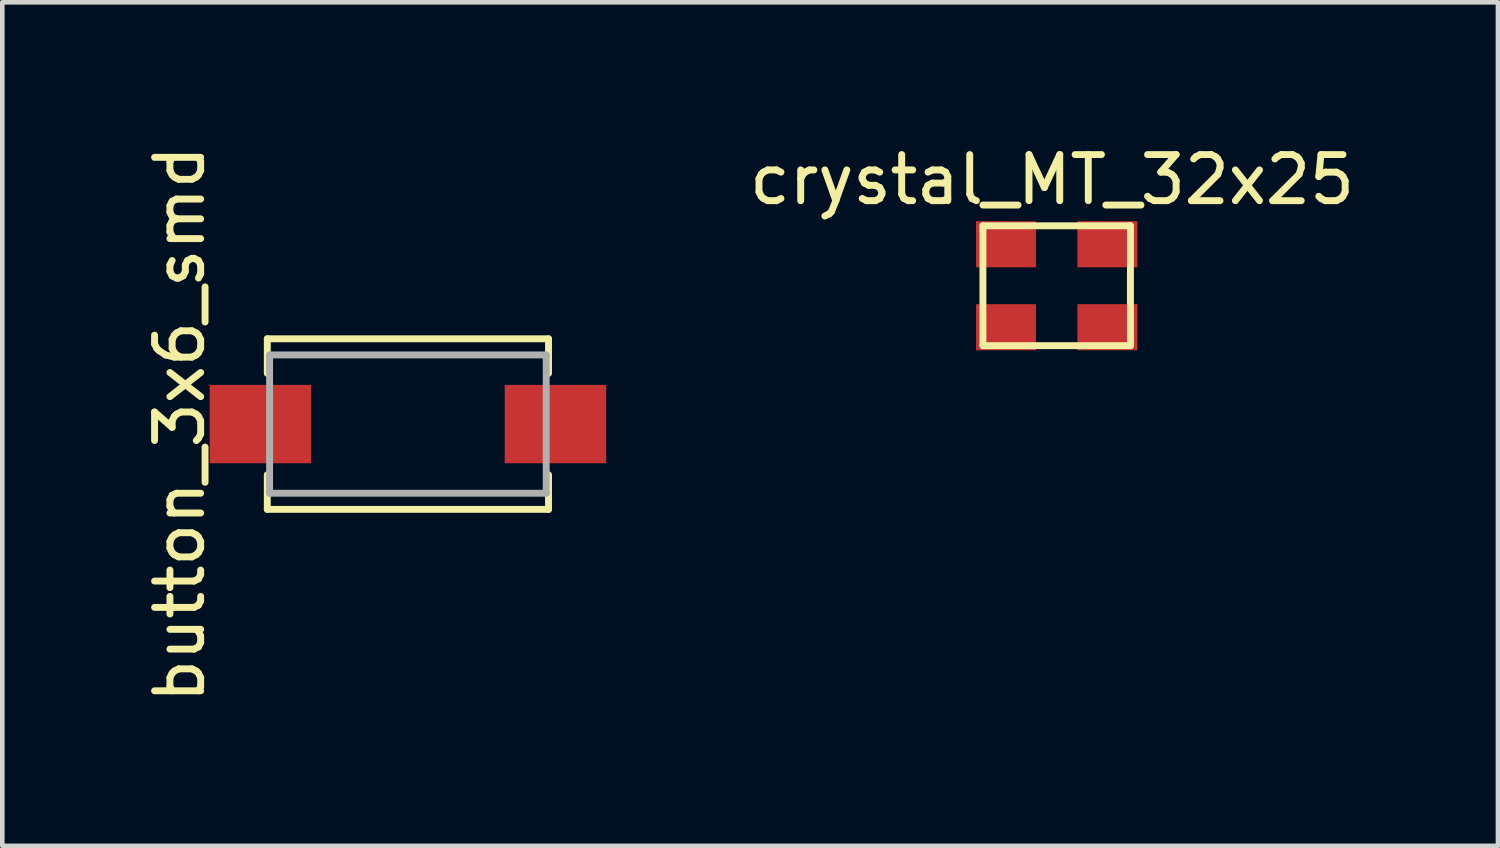
<source format=kicad_pcb>
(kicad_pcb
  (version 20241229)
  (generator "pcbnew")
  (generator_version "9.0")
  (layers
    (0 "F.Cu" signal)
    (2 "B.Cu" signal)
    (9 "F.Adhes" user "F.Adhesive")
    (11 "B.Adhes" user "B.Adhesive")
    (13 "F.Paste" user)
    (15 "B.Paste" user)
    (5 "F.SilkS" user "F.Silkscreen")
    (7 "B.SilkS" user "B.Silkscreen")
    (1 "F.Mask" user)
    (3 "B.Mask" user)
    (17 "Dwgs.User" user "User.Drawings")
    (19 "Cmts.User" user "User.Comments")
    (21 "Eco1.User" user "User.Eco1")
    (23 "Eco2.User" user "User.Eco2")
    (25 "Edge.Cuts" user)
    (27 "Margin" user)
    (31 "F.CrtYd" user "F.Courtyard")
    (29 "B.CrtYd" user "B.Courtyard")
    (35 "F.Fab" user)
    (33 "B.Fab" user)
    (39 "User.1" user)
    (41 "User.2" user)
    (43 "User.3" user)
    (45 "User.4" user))
  (footprint "crystal_MT_32x25"
    (layer "F.Cu")
    (at 19.871 3.148)
    (property "Reference" "crystal_MT_32x25" (at -0.1 -2.3 0) (layer "F.SilkS") (effects (font (size 1 1) (thickness 0.15))))
    (attr through_hole)
    (fp_line (start -1.6 -1.3) (end 1.6 -1.3) (stroke (width 0.15) (type solid)) (layer "F.SilkS"))
    (fp_line (start -1.6 1.3) (end -1.6 -1.3) (stroke (width 0.15) (type solid)) (layer "F.SilkS"))
    (fp_line (start 1.6 -1.3) (end 1.6 1.3) (stroke (width 0.15) (type solid)) (layer "F.SilkS"))
    (fp_line (start 1.6 1.3) (end -1.6 1.3) (stroke (width 0.15) (type solid)) (layer "F.SilkS"))
    (pad "1" smd rect (at -1.1 0.9) (size 1.3 1) (layers "F.Cu" "F.Mask" "F.Paste"))
    (pad "2" smd rect (at 1.1 -0.9) (size 1.3 1) (layers "F.Cu" "F.Mask" "F.Paste"))
    (pad "3" smd rect (at -1.1 -0.9) (size 1.3 1) (layers "F.Cu" "F.Mask" "F.Paste"))
    (pad "3" smd rect (at 1.1 0.9) (size 1.3 1) (layers "F.Cu" "F.Mask" "F.Paste")))
  (footprint "button_3x6_smd"
    (layer "F.Cu")
    (at 5.798 6.149)
    (property "Reference" "button_3x6_smd" (at -4.95 0 90) (layer "F.SilkS") (effects (font (size 1 1) (thickness 0.15))))
    (attr smd)
    (fp_line (start -3.05 -1.85) (end 3.05 -1.85) (stroke (width 0.15) (type solid)) (layer "F.SilkS"))
    (fp_line (start -3.05 -1.1) (end -3.05 -1.85) (stroke (width 0.15) (type solid)) (layer "F.SilkS"))
    (fp_line (start -3.05 1.1) (end -3.05 1.85) (stroke (width 0.15) (type solid)) (layer "F.SilkS"))
    (fp_line (start -3.05 1.85) (end 3.05 1.85) (stroke (width 0.15) (type solid)) (layer "F.SilkS"))
    (fp_line (start 3.05 -1.85) (end 3.05 -1.1) (stroke (width 0.15) (type solid)) (layer "F.SilkS"))
    (fp_line (start 3.05 1.85) (end 3.05 1.1) (stroke (width 0.15) (type solid)) (layer "F.SilkS"))
    (fp_line (start -3 -1.5) (end 3 -1.5) (stroke (width 0.15) (type solid)) (layer "F.Fab"))
    (fp_line (start -3 1.5) (end -3 -1.5) (stroke (width 0.15) (type solid)) (layer "F.Fab"))
    (fp_line (start 3 -1.5) (end 3 1.5) (stroke (width 0.15) (type solid)) (layer "F.Fab"))
    (fp_line (start 3 1.5) (end -3 1.5) (stroke (width 0.15) (type solid)) (layer "F.Fab"))
    (pad "1" smd rect (at -3.2 0) (size 2.2 1.7) (layers "F.Cu" "F.Mask" "F.Paste"))
    (pad "2" smd rect (at 3.2 0) (size 2.2 1.7) (layers "F.Cu" "F.Mask" "F.Paste")))
  (gr_rect
    (start -3 -3)
    (end 29.443 15.298)
    (stroke (width 0.1) (type default))
    (fill no)
    (layer "Edge.Cuts")))
</source>
